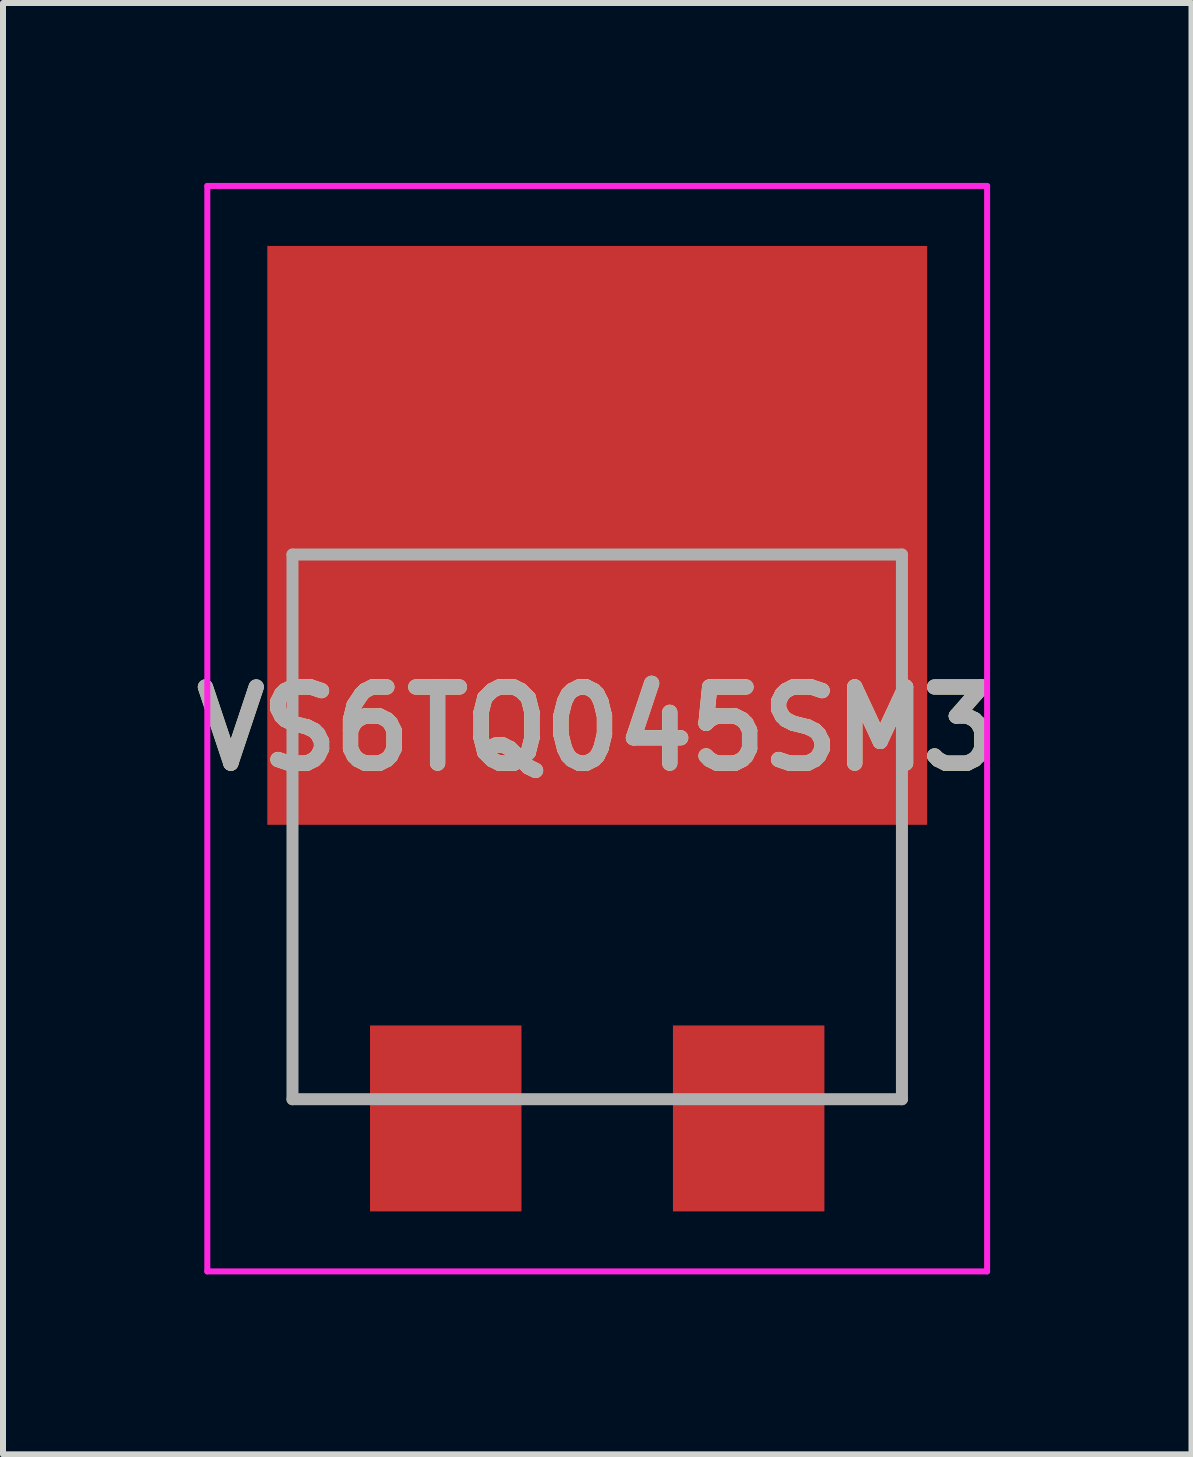
<source format=kicad_pcb>
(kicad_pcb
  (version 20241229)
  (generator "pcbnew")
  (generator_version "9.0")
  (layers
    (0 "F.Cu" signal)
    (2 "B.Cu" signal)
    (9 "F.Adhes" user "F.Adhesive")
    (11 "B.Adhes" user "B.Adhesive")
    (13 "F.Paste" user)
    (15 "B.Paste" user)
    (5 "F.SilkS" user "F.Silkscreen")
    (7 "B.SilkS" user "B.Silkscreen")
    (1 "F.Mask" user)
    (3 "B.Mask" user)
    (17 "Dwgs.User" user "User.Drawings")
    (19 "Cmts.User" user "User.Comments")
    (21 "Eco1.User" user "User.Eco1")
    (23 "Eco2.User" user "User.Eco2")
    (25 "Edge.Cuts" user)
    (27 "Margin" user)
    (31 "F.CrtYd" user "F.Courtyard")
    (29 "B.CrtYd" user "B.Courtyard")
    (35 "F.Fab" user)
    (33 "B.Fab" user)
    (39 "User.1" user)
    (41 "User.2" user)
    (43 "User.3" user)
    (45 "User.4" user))
  (footprint "VS6TQ045SM3"
    (layer "F.Cu")
    (at 6.906 10.735)
    (property "Reference" "VS6TQ045SM3" (at 0 -1.637 0) (layer "F.SilkS") (effects (font (size 1.27 1.27) (thickness 0.254))))
    (attr smd)
    (fp_line (start -5.08 0.5) (end -5.08 4.5) (stroke (width 0.1) (type solid)) (layer "F.SilkS"))
    (fp_line (start -5.08 4.5) (end -4 4.54) (stroke (width 0.1) (type solid)) (layer "F.SilkS"))
    (fp_line (start -1 4.54) (end 1 4.54) (stroke (width 0.1) (type solid)) (layer "F.SilkS"))
    (fp_line (start 4 4.54) (end 5.08 4.54) (stroke (width 0.1) (type solid)) (layer "F.SilkS"))
    (fp_line (start 5.08 0.5) (end 5.08 4.5) (stroke (width 0.1) (type solid)) (layer "F.SilkS"))
    (fp_line (start -6.5 -10.685) (end 6.5 -10.685) (stroke (width 0.1) (type solid)) (layer "F.CrtYd"))
    (fp_line (start -6.5 7.41) (end -6.5 -10.685) (stroke (width 0.1) (type solid)) (layer "F.CrtYd"))
    (fp_line (start 6.5 -10.685) (end 6.5 7.41) (stroke (width 0.1) (type solid)) (layer "F.CrtYd"))
    (fp_line (start 6.5 7.41) (end -6.5 7.41) (stroke (width 0.1) (type solid)) (layer "F.CrtYd"))
    (fp_line (start -5.08 -4.54) (end 5.08 -4.54) (stroke (width 0.2) (type solid)) (layer "F.Fab"))
    (fp_line (start -5.08 4.54) (end -5.08 -4.54) (stroke (width 0.2) (type solid)) (layer "F.Fab"))
    (fp_line (start 5.08 -4.54) (end 5.08 4.54) (stroke (width 0.2) (type solid)) (layer "F.Fab"))
    (fp_line (start 5.08 4.54) (end -5.08 4.54) (stroke (width 0.2) (type solid)) (layer "F.Fab"))
    (fp_text user "${REFERENCE}" (at 0 -1.637 0) (layer "F.Fab") (effects (font (size 1.27 1.27) (thickness 0.254))))
    (pad "1" smd rect (at -2.525 4.86) (size 2.525 3.1) (layers "F.Cu" "F.Mask" "F.Paste"))
    (pad "2" smd rect (at 0 -4.86 90) (size 9.65 11) (layers "F.Cu" "F.Mask" "F.Paste"))
    (pad "3" smd rect (at 2.525 4.86) (size 2.525 3.1) (layers "F.Cu" "F.Mask" "F.Paste")))
  (gr_rect
    (start -3 -3)
    (end 16.813 21.195)
    (stroke (width 0.1) (type default))
    (fill no)
    (layer "Edge.Cuts")))
</source>
